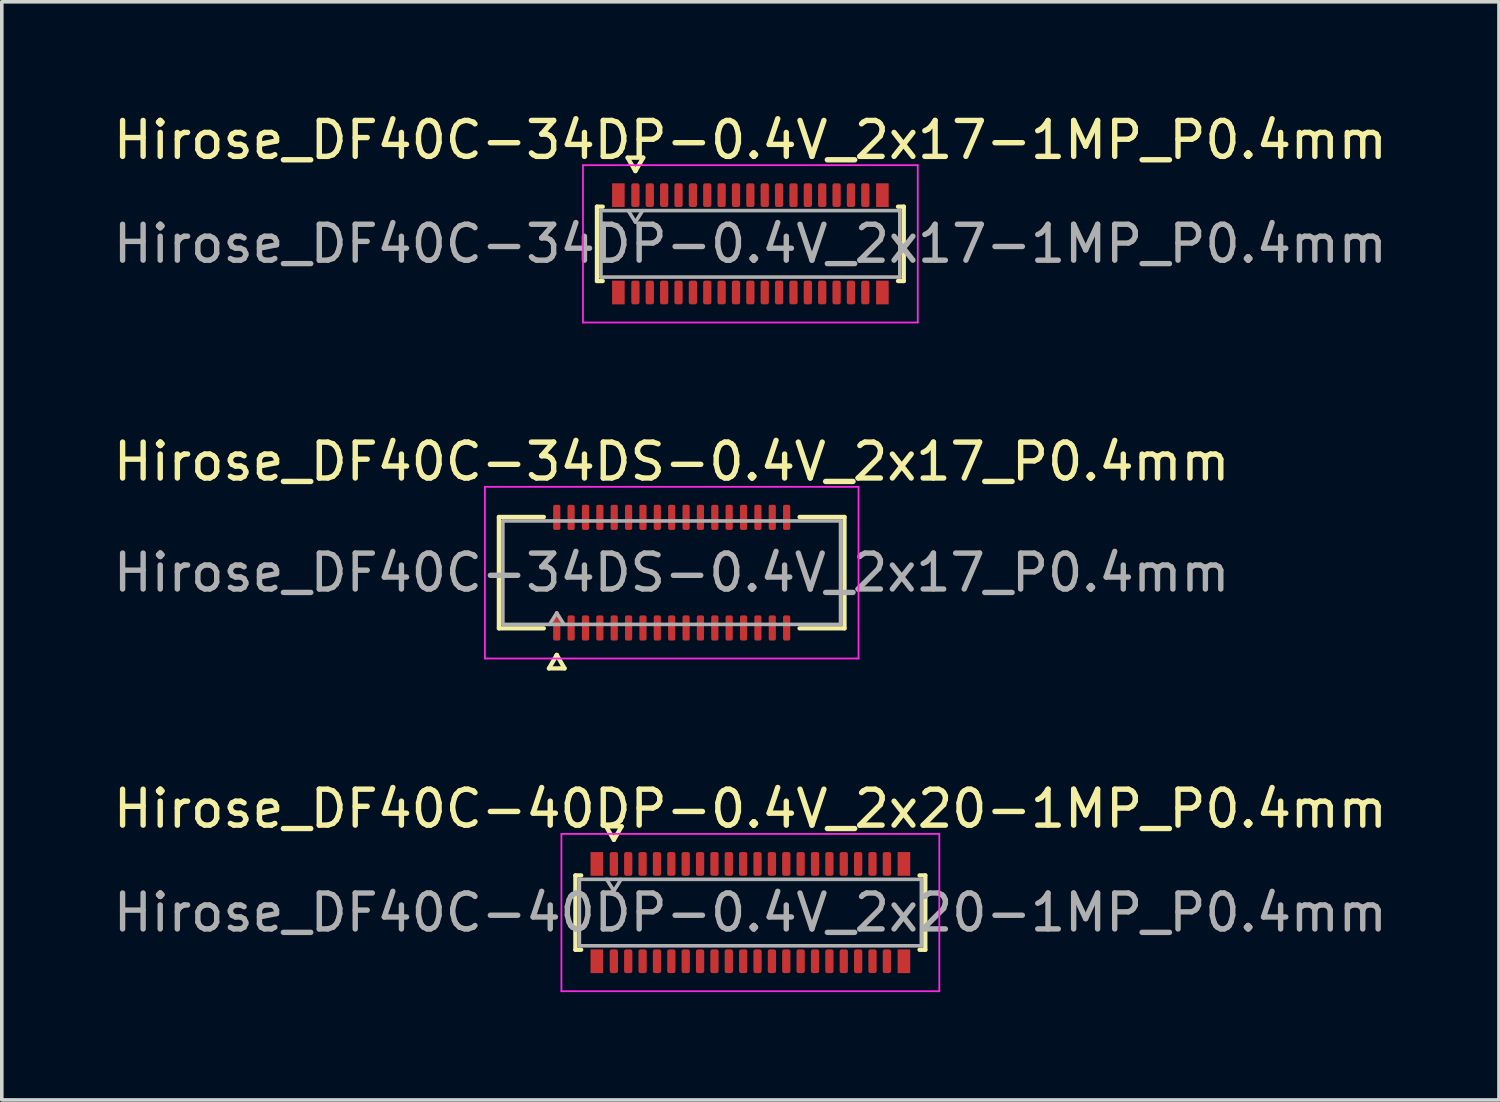
<source format=kicad_pcb>
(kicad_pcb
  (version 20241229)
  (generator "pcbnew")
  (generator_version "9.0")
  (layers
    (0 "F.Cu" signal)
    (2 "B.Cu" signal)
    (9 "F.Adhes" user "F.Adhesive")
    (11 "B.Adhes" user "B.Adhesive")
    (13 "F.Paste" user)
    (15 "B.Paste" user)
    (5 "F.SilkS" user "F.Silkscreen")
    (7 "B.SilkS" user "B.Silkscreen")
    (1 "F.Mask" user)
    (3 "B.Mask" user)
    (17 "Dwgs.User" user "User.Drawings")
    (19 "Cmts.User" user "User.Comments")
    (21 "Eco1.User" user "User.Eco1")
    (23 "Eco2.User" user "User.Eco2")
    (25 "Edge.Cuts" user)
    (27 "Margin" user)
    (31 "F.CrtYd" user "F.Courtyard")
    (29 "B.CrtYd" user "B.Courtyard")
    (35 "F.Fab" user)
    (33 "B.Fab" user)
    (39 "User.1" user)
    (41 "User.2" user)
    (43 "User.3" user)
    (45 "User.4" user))
  (footprint "Hirose_DF40C-40DP-0.4V_2x20-1MP_P0.4mm"
    (layer "F.Cu")
    (at 17.839 22.355)
    (property "Reference" "Hirose_DF40C-40DP-0.4V_2x20-1MP_P0.4mm" (at 0 -2.89 0) (layer "F.SilkS") (effects (font (size 1 1) (thickness 0.15))))
    (attr smd)
    (fp_line (start -4.87 -1.035) (end -4.71 -1.035) (stroke (width 0.12) (type solid)) (layer "F.SilkS"))
    (fp_line (start -4.87 1.035) (end -4.87 -1.035) (stroke (width 0.12) (type solid)) (layer "F.SilkS"))
    (fp_line (start -4.71 1.035) (end -4.87 1.035) (stroke (width 0.12) (type solid)) (layer "F.SilkS"))
    (fp_line (start -4.017 -2.4) (end -3.8 -2.025) (stroke (width 0.12) (type solid)) (layer "F.SilkS"))
    (fp_line (start -3.8 -2.025) (end -3.583 -2.4) (stroke (width 0.12) (type solid)) (layer "F.SilkS"))
    (fp_line (start -3.583 -2.4) (end -4.017 -2.4) (stroke (width 0.12) (type solid)) (layer "F.SilkS"))
    (fp_line (start 4.71 -1.035) (end 4.87 -1.035) (stroke (width 0.12) (type solid)) (layer "F.SilkS"))
    (fp_line (start 4.87 -1.035) (end 4.87 1.035) (stroke (width 0.12) (type solid)) (layer "F.SilkS"))
    (fp_line (start 4.87 1.035) (end 4.71 1.035) (stroke (width 0.12) (type solid)) (layer "F.SilkS"))
    (fp_line (start -5.26 -2.19) (end -5.26 2.19) (stroke (width 0.05) (type solid)) (layer "F.CrtYd"))
    (fp_line (start -5.26 2.19) (end 5.26 2.19) (stroke (width 0.05) (type solid)) (layer "F.CrtYd"))
    (fp_line (start 5.26 -2.19) (end -5.26 -2.19) (stroke (width 0.05) (type solid)) (layer "F.CrtYd"))
    (fp_line (start 5.26 2.19) (end 5.26 -2.19) (stroke (width 0.05) (type solid)) (layer "F.CrtYd"))
    (fp_line (start -4.76 -0.925) (end 4.76 -0.925) (stroke (width 0.1) (type solid)) (layer "F.Fab"))
    (fp_line (start -4.76 0.925) (end -4.76 -0.925) (stroke (width 0.1) (type solid)) (layer "F.Fab"))
    (fp_line (start -4 -0.925) (end -3.8 -0.605) (stroke (width 0.1) (type solid)) (layer "F.Fab"))
    (fp_line (start -3.8 -0.605) (end -3.6 -0.925) (stroke (width 0.1) (type solid)) (layer "F.Fab"))
    (fp_line (start 4.76 -0.925) (end 4.76 0.925) (stroke (width 0.1) (type solid)) (layer "F.Fab"))
    (fp_line (start 4.76 0.925) (end -4.76 0.925) (stroke (width 0.1) (type solid)) (layer "F.Fab"))
    (fp_text user "${REFERENCE}" (at 0 0 0) (layer "F.Fab") (effects (font (size 1 1) (thickness 0.15))))
    (pad "1" smd roundrect (at -3.8 -1.355) (size 0.23 0.66) (layers "F.Cu" "F.Mask" "F.Paste") (roundrect_rratio 0.25))
    (pad "2" smd roundrect (at -3.8 1.355) (size 0.23 0.66) (layers "F.Cu" "F.Mask" "F.Paste") (roundrect_rratio 0.25))
    (pad "3" smd roundrect (at -3.4 -1.355) (size 0.23 0.66) (layers "F.Cu" "F.Mask" "F.Paste") (roundrect_rratio 0.25))
    (pad "4" smd roundrect (at -3.4 1.355) (size 0.23 0.66) (layers "F.Cu" "F.Mask" "F.Paste") (roundrect_rratio 0.25))
    (pad "5" smd roundrect (at -3 -1.355) (size 0.23 0.66) (layers "F.Cu" "F.Mask" "F.Paste") (roundrect_rratio 0.25))
    (pad "6" smd roundrect (at -3 1.355) (size 0.23 0.66) (layers "F.Cu" "F.Mask" "F.Paste") (roundrect_rratio 0.25))
    (pad "7" smd roundrect (at -2.6 -1.355) (size 0.23 0.66) (layers "F.Cu" "F.Mask" "F.Paste") (roundrect_rratio 0.25))
    (pad "8" smd roundrect (at -2.6 1.355) (size 0.23 0.66) (layers "F.Cu" "F.Mask" "F.Paste") (roundrect_rratio 0.25))
    (pad "9" smd roundrect (at -2.2 -1.355) (size 0.23 0.66) (layers "F.Cu" "F.Mask" "F.Paste") (roundrect_rratio 0.25))
    (pad "10" smd roundrect (at -2.2 1.355) (size 0.23 0.66) (layers "F.Cu" "F.Mask" "F.Paste") (roundrect_rratio 0.25))
    (pad "11" smd roundrect (at -1.8 -1.355) (size 0.23 0.66) (layers "F.Cu" "F.Mask" "F.Paste") (roundrect_rratio 0.25))
    (pad "12" smd roundrect (at -1.8 1.355) (size 0.23 0.66) (layers "F.Cu" "F.Mask" "F.Paste") (roundrect_rratio 0.25))
    (pad "13" smd roundrect (at -1.4 -1.355) (size 0.23 0.66) (layers "F.Cu" "F.Mask" "F.Paste") (roundrect_rratio 0.25))
    (pad "14" smd roundrect (at -1.4 1.355) (size 0.23 0.66) (layers "F.Cu" "F.Mask" "F.Paste") (roundrect_rratio 0.25))
    (pad "15" smd roundrect (at -1 -1.355) (size 0.23 0.66) (layers "F.Cu" "F.Mask" "F.Paste") (roundrect_rratio 0.25))
    (pad "16" smd roundrect (at -1 1.355) (size 0.23 0.66) (layers "F.Cu" "F.Mask" "F.Paste") (roundrect_rratio 0.25))
    (pad "17" smd roundrect (at -0.6 -1.355) (size 0.23 0.66) (layers "F.Cu" "F.Mask" "F.Paste") (roundrect_rratio 0.25))
    (pad "18" smd roundrect (at -0.6 1.355) (size 0.23 0.66) (layers "F.Cu" "F.Mask" "F.Paste") (roundrect_rratio 0.25))
    (pad "19" smd roundrect (at -0.2 -1.355) (size 0.23 0.66) (layers "F.Cu" "F.Mask" "F.Paste") (roundrect_rratio 0.25))
    (pad "20" smd roundrect (at -0.2 1.355) (size 0.23 0.66) (layers "F.Cu" "F.Mask" "F.Paste") (roundrect_rratio 0.25))
    (pad "21" smd roundrect (at 0.2 -1.355) (size 0.23 0.66) (layers "F.Cu" "F.Mask" "F.Paste") (roundrect_rratio 0.25))
    (pad "22" smd roundrect (at 0.2 1.355) (size 0.23 0.66) (layers "F.Cu" "F.Mask" "F.Paste") (roundrect_rratio 0.25))
    (pad "23" smd roundrect (at 0.6 -1.355) (size 0.23 0.66) (layers "F.Cu" "F.Mask" "F.Paste") (roundrect_rratio 0.25))
    (pad "24" smd roundrect (at 0.6 1.355) (size 0.23 0.66) (layers "F.Cu" "F.Mask" "F.Paste") (roundrect_rratio 0.25))
    (pad "25" smd roundrect (at 1 -1.355) (size 0.23 0.66) (layers "F.Cu" "F.Mask" "F.Paste") (roundrect_rratio 0.25))
    (pad "26" smd roundrect (at 1 1.355) (size 0.23 0.66) (layers "F.Cu" "F.Mask" "F.Paste") (roundrect_rratio 0.25))
    (pad "27" smd roundrect (at 1.4 -1.355) (size 0.23 0.66) (layers "F.Cu" "F.Mask" "F.Paste") (roundrect_rratio 0.25))
    (pad "28" smd roundrect (at 1.4 1.355) (size 0.23 0.66) (layers "F.Cu" "F.Mask" "F.Paste") (roundrect_rratio 0.25))
    (pad "29" smd roundrect (at 1.8 -1.355) (size 0.23 0.66) (layers "F.Cu" "F.Mask" "F.Paste") (roundrect_rratio 0.25))
    (pad "30" smd roundrect (at 1.8 1.355) (size 0.23 0.66) (layers "F.Cu" "F.Mask" "F.Paste") (roundrect_rratio 0.25))
    (pad "31" smd roundrect (at 2.2 -1.355) (size 0.23 0.66) (layers "F.Cu" "F.Mask" "F.Paste") (roundrect_rratio 0.25))
    (pad "32" smd roundrect (at 2.2 1.355) (size 0.23 0.66) (layers "F.Cu" "F.Mask" "F.Paste") (roundrect_rratio 0.25))
    (pad "33" smd roundrect (at 2.6 -1.355) (size 0.23 0.66) (layers "F.Cu" "F.Mask" "F.Paste") (roundrect_rratio 0.25))
    (pad "34" smd roundrect (at 2.6 1.355) (size 0.23 0.66) (layers "F.Cu" "F.Mask" "F.Paste") (roundrect_rratio 0.25))
    (pad "35" smd roundrect (at 3 -1.355) (size 0.23 0.66) (layers "F.Cu" "F.Mask" "F.Paste") (roundrect_rratio 0.25))
    (pad "36" smd roundrect (at 3 1.355) (size 0.23 0.66) (layers "F.Cu" "F.Mask" "F.Paste") (roundrect_rratio 0.25))
    (pad "37" smd roundrect (at 3.4 -1.355) (size 0.23 0.66) (layers "F.Cu" "F.Mask" "F.Paste") (roundrect_rratio 0.25))
    (pad "38" smd roundrect (at 3.4 1.355) (size 0.23 0.66) (layers "F.Cu" "F.Mask" "F.Paste") (roundrect_rratio 0.25))
    (pad "39" smd roundrect (at 3.8 -1.355) (size 0.23 0.66) (layers "F.Cu" "F.Mask" "F.Paste") (roundrect_rratio 0.25))
    (pad "40" smd roundrect (at 3.8 1.355) (size 0.23 0.66) (layers "F.Cu" "F.Mask" "F.Paste") (roundrect_rratio 0.25))
    (pad "MP" smd rect (at -4.275 -1.355) (size 0.35 0.66) (layers "F.Cu" "F.Mask" "F.Paste"))
    (pad "MP" smd rect (at -4.275 1.355) (size 0.35 0.66) (layers "F.Cu" "F.Mask" "F.Paste"))
    (pad "MP" smd rect (at 4.275 -1.355) (size 0.35 0.66) (layers "F.Cu" "F.Mask" "F.Paste"))
    (pad "MP" smd rect (at 4.275 1.355) (size 0.35 0.66) (layers "F.Cu" "F.Mask" "F.Paste")))
  (footprint "Hirose_DF40C-34DP-0.4V_2x17-1MP_P0.4mm"
    (layer "F.Cu")
    (at 17.839 3.738)
    (property "Reference" "Hirose_DF40C-34DP-0.4V_2x17-1MP_P0.4mm" (at 0 -2.89 0) (layer "F.SilkS") (effects (font (size 1 1) (thickness 0.15))))
    (attr smd)
    (fp_line (start -4.27 -1.035) (end -4.11 -1.035) (stroke (width 0.12) (type solid)) (layer "F.SilkS"))
    (fp_line (start -4.27 1.035) (end -4.27 -1.035) (stroke (width 0.12) (type solid)) (layer "F.SilkS"))
    (fp_line (start -4.11 1.035) (end -4.27 1.035) (stroke (width 0.12) (type solid)) (layer "F.SilkS"))
    (fp_line (start -3.417 -2.4) (end -3.2 -2.025) (stroke (width 0.12) (type solid)) (layer "F.SilkS"))
    (fp_line (start -3.2 -2.025) (end -2.983 -2.4) (stroke (width 0.12) (type solid)) (layer "F.SilkS"))
    (fp_line (start -2.983 -2.4) (end -3.417 -2.4) (stroke (width 0.12) (type solid)) (layer "F.SilkS"))
    (fp_line (start 4.11 -1.035) (end 4.27 -1.035) (stroke (width 0.12) (type solid)) (layer "F.SilkS"))
    (fp_line (start 4.27 -1.035) (end 4.27 1.035) (stroke (width 0.12) (type solid)) (layer "F.SilkS"))
    (fp_line (start 4.27 1.035) (end 4.11 1.035) (stroke (width 0.12) (type solid)) (layer "F.SilkS"))
    (fp_line (start -4.66 -2.19) (end -4.66 2.19) (stroke (width 0.05) (type solid)) (layer "F.CrtYd"))
    (fp_line (start -4.66 2.19) (end 4.66 2.19) (stroke (width 0.05) (type solid)) (layer "F.CrtYd"))
    (fp_line (start 4.66 -2.19) (end -4.66 -2.19) (stroke (width 0.05) (type solid)) (layer "F.CrtYd"))
    (fp_line (start 4.66 2.19) (end 4.66 -2.19) (stroke (width 0.05) (type solid)) (layer "F.CrtYd"))
    (fp_line (start -4.16 -0.925) (end 4.16 -0.925) (stroke (width 0.1) (type solid)) (layer "F.Fab"))
    (fp_line (start -4.16 0.925) (end -4.16 -0.925) (stroke (width 0.1) (type solid)) (layer "F.Fab"))
    (fp_line (start -3.4 -0.925) (end -3.2 -0.605) (stroke (width 0.1) (type solid)) (layer "F.Fab"))
    (fp_line (start -3.2 -0.605) (end -3 -0.925) (stroke (width 0.1) (type solid)) (layer "F.Fab"))
    (fp_line (start 4.16 -0.925) (end 4.16 0.925) (stroke (width 0.1) (type solid)) (layer "F.Fab"))
    (fp_line (start 4.16 0.925) (end -4.16 0.925) (stroke (width 0.1) (type solid)) (layer "F.Fab"))
    (fp_text user "${REFERENCE}" (at 0 0 0) (layer "F.Fab") (effects (font (size 1 1) (thickness 0.15))))
    (pad "1" smd roundrect (at -3.2 -1.355) (size 0.23 0.66) (layers "F.Cu" "F.Mask" "F.Paste") (roundrect_rratio 0.25))
    (pad "2" smd roundrect (at -3.2 1.355) (size 0.23 0.66) (layers "F.Cu" "F.Mask" "F.Paste") (roundrect_rratio 0.25))
    (pad "3" smd roundrect (at -2.8 -1.355) (size 0.23 0.66) (layers "F.Cu" "F.Mask" "F.Paste") (roundrect_rratio 0.25))
    (pad "4" smd roundrect (at -2.8 1.355) (size 0.23 0.66) (layers "F.Cu" "F.Mask" "F.Paste") (roundrect_rratio 0.25))
    (pad "5" smd roundrect (at -2.4 -1.355) (size 0.23 0.66) (layers "F.Cu" "F.Mask" "F.Paste") (roundrect_rratio 0.25))
    (pad "6" smd roundrect (at -2.4 1.355) (size 0.23 0.66) (layers "F.Cu" "F.Mask" "F.Paste") (roundrect_rratio 0.25))
    (pad "7" smd roundrect (at -2 -1.355) (size 0.23 0.66) (layers "F.Cu" "F.Mask" "F.Paste") (roundrect_rratio 0.25))
    (pad "8" smd roundrect (at -2 1.355) (size 0.23 0.66) (layers "F.Cu" "F.Mask" "F.Paste") (roundrect_rratio 0.25))
    (pad "9" smd roundrect (at -1.6 -1.355) (size 0.23 0.66) (layers "F.Cu" "F.Mask" "F.Paste") (roundrect_rratio 0.25))
    (pad "10" smd roundrect (at -1.6 1.355) (size 0.23 0.66) (layers "F.Cu" "F.Mask" "F.Paste") (roundrect_rratio 0.25))
    (pad "11" smd roundrect (at -1.2 -1.355) (size 0.23 0.66) (layers "F.Cu" "F.Mask" "F.Paste") (roundrect_rratio 0.25))
    (pad "12" smd roundrect (at -1.2 1.355) (size 0.23 0.66) (layers "F.Cu" "F.Mask" "F.Paste") (roundrect_rratio 0.25))
    (pad "13" smd roundrect (at -0.8 -1.355) (size 0.23 0.66) (layers "F.Cu" "F.Mask" "F.Paste") (roundrect_rratio 0.25))
    (pad "14" smd roundrect (at -0.8 1.355) (size 0.23 0.66) (layers "F.Cu" "F.Mask" "F.Paste") (roundrect_rratio 0.25))
    (pad "15" smd roundrect (at -0.4 -1.355) (size 0.23 0.66) (layers "F.Cu" "F.Mask" "F.Paste") (roundrect_rratio 0.25))
    (pad "16" smd roundrect (at -0.4 1.355) (size 0.23 0.66) (layers "F.Cu" "F.Mask" "F.Paste") (roundrect_rratio 0.25))
    (pad "17" smd roundrect (at 0 -1.355) (size 0.23 0.66) (layers "F.Cu" "F.Mask" "F.Paste") (roundrect_rratio 0.25))
    (pad "18" smd roundrect (at 0 1.355) (size 0.23 0.66) (layers "F.Cu" "F.Mask" "F.Paste") (roundrect_rratio 0.25))
    (pad "19" smd roundrect (at 0.4 -1.355) (size 0.23 0.66) (layers "F.Cu" "F.Mask" "F.Paste") (roundrect_rratio 0.25))
    (pad "20" smd roundrect (at 0.4 1.355) (size 0.23 0.66) (layers "F.Cu" "F.Mask" "F.Paste") (roundrect_rratio 0.25))
    (pad "21" smd roundrect (at 0.8 -1.355) (size 0.23 0.66) (layers "F.Cu" "F.Mask" "F.Paste") (roundrect_rratio 0.25))
    (pad "22" smd roundrect (at 0.8 1.355) (size 0.23 0.66) (layers "F.Cu" "F.Mask" "F.Paste") (roundrect_rratio 0.25))
    (pad "23" smd roundrect (at 1.2 -1.355) (size 0.23 0.66) (layers "F.Cu" "F.Mask" "F.Paste") (roundrect_rratio 0.25))
    (pad "24" smd roundrect (at 1.2 1.355) (size 0.23 0.66) (layers "F.Cu" "F.Mask" "F.Paste") (roundrect_rratio 0.25))
    (pad "25" smd roundrect (at 1.6 -1.355) (size 0.23 0.66) (layers "F.Cu" "F.Mask" "F.Paste") (roundrect_rratio 0.25))
    (pad "26" smd roundrect (at 1.6 1.355) (size 0.23 0.66) (layers "F.Cu" "F.Mask" "F.Paste") (roundrect_rratio 0.25))
    (pad "27" smd roundrect (at 2 -1.355) (size 0.23 0.66) (layers "F.Cu" "F.Mask" "F.Paste") (roundrect_rratio 0.25))
    (pad "28" smd roundrect (at 2 1.355) (size 0.23 0.66) (layers "F.Cu" "F.Mask" "F.Paste") (roundrect_rratio 0.25))
    (pad "29" smd roundrect (at 2.4 -1.355) (size 0.23 0.66) (layers "F.Cu" "F.Mask" "F.Paste") (roundrect_rratio 0.25))
    (pad "30" smd roundrect (at 2.4 1.355) (size 0.23 0.66) (layers "F.Cu" "F.Mask" "F.Paste") (roundrect_rratio 0.25))
    (pad "31" smd roundrect (at 2.8 -1.355) (size 0.23 0.66) (layers "F.Cu" "F.Mask" "F.Paste") (roundrect_rratio 0.25))
    (pad "32" smd roundrect (at 2.8 1.355) (size 0.23 0.66) (layers "F.Cu" "F.Mask" "F.Paste") (roundrect_rratio 0.25))
    (pad "33" smd roundrect (at 3.2 -1.355) (size 0.23 0.66) (layers "F.Cu" "F.Mask" "F.Paste") (roundrect_rratio 0.25))
    (pad "34" smd roundrect (at 3.2 1.355) (size 0.23 0.66) (layers "F.Cu" "F.Mask" "F.Paste") (roundrect_rratio 0.25))
    (pad "MP" smd rect (at -3.675 -1.355) (size 0.35 0.66) (layers "F.Cu" "F.Mask" "F.Paste"))
    (pad "MP" smd rect (at -3.675 1.355) (size 0.35 0.66) (layers "F.Cu" "F.Mask" "F.Paste"))
    (pad "MP" smd rect (at 3.675 -1.355) (size 0.35 0.66) (layers "F.Cu" "F.Mask" "F.Paste"))
    (pad "MP" smd rect (at 3.675 1.355) (size 0.35 0.66) (layers "F.Cu" "F.Mask" "F.Paste")))
  (footprint "Hirose_DF40C-34DS-0.4V_2x17_P0.4mm"
    (layer "F.Cu")
    (at 15.649 12.892)
    (property "Reference" "Hirose_DF40C-34DS-0.4V_2x17_P0.4mm" (at 0 -3.09 0) (layer "F.SilkS") (effects (font (size 1 1) (thickness 0.15))))
    (attr smd)
    (fp_line (start -4.81 -1.55) (end -3.56 -1.55) (stroke (width 0.12) (type solid)) (layer "F.SilkS"))
    (fp_line (start -4.81 1.55) (end -4.81 -1.55) (stroke (width 0.12) (type solid)) (layer "F.SilkS"))
    (fp_line (start -3.56 1.55) (end -4.81 1.55) (stroke (width 0.12) (type solid)) (layer "F.SilkS"))
    (fp_line (start -3.417 2.665) (end -3.2 2.29) (stroke (width 0.12) (type solid)) (layer "F.SilkS"))
    (fp_line (start -3.2 2.29) (end -2.983 2.665) (stroke (width 0.12) (type solid)) (layer "F.SilkS"))
    (fp_line (start -2.983 2.665) (end -3.417 2.665) (stroke (width 0.12) (type solid)) (layer "F.SilkS"))
    (fp_line (start 3.56 -1.55) (end 4.81 -1.55) (stroke (width 0.12) (type solid)) (layer "F.SilkS"))
    (fp_line (start 4.81 -1.55) (end 4.81 1.55) (stroke (width 0.12) (type solid)) (layer "F.SilkS"))
    (fp_line (start 4.81 1.55) (end 3.56 1.55) (stroke (width 0.12) (type solid)) (layer "F.SilkS"))
    (fp_line (start -5.2 -2.39) (end -5.2 2.39) (stroke (width 0.05) (type solid)) (layer "F.CrtYd"))
    (fp_line (start -5.2 2.39) (end 5.2 2.39) (stroke (width 0.05) (type solid)) (layer "F.CrtYd"))
    (fp_line (start 5.2 -2.39) (end -5.2 -2.39) (stroke (width 0.05) (type solid)) (layer "F.CrtYd"))
    (fp_line (start 5.2 2.39) (end 5.2 -2.39) (stroke (width 0.05) (type solid)) (layer "F.CrtYd"))
    (fp_line (start -4.7 -1.44) (end 4.7 -1.44) (stroke (width 0.1) (type solid)) (layer "F.Fab"))
    (fp_line (start -4.7 1.44) (end -4.7 -1.44) (stroke (width 0.1) (type solid)) (layer "F.Fab"))
    (fp_line (start -3.4 1.44) (end -3.2 1.12) (stroke (width 0.1) (type solid)) (layer "F.Fab"))
    (fp_line (start -3.2 1.12) (end -3 1.44) (stroke (width 0.1) (type solid)) (layer "F.Fab"))
    (fp_line (start 4.7 -1.44) (end 4.7 1.44) (stroke (width 0.1) (type solid)) (layer "F.Fab"))
    (fp_line (start 4.7 1.44) (end -4.7 1.44) (stroke (width 0.1) (type solid)) (layer "F.Fab"))
    (fp_text user "${REFERENCE}" (at 0 0 0) (layer "F.Fab") (effects (font (size 1 1) (thickness 0.15))))
    (pad "1" smd roundrect (at -3.2 1.54) (size 0.2 0.7) (layers "F.Cu" "F.Mask" "F.Paste") (roundrect_rratio 0.25))
    (pad "2" smd roundrect (at -3.2 -1.54) (size 0.2 0.7) (layers "F.Cu" "F.Mask" "F.Paste") (roundrect_rratio 0.25))
    (pad "3" smd roundrect (at -2.8 1.54) (size 0.2 0.7) (layers "F.Cu" "F.Mask" "F.Paste") (roundrect_rratio 0.25))
    (pad "4" smd roundrect (at -2.8 -1.54) (size 0.2 0.7) (layers "F.Cu" "F.Mask" "F.Paste") (roundrect_rratio 0.25))
    (pad "5" smd roundrect (at -2.4 1.54) (size 0.2 0.7) (layers "F.Cu" "F.Mask" "F.Paste") (roundrect_rratio 0.25))
    (pad "6" smd roundrect (at -2.4 -1.54) (size 0.2 0.7) (layers "F.Cu" "F.Mask" "F.Paste") (roundrect_rratio 0.25))
    (pad "7" smd roundrect (at -2 1.54) (size 0.2 0.7) (layers "F.Cu" "F.Mask" "F.Paste") (roundrect_rratio 0.25))
    (pad "8" smd roundrect (at -2 -1.54) (size 0.2 0.7) (layers "F.Cu" "F.Mask" "F.Paste") (roundrect_rratio 0.25))
    (pad "9" smd roundrect (at -1.6 1.54) (size 0.2 0.7) (layers "F.Cu" "F.Mask" "F.Paste") (roundrect_rratio 0.25))
    (pad "10" smd roundrect (at -1.6 -1.54) (size 0.2 0.7) (layers "F.Cu" "F.Mask" "F.Paste") (roundrect_rratio 0.25))
    (pad "11" smd roundrect (at -1.2 1.54) (size 0.2 0.7) (layers "F.Cu" "F.Mask" "F.Paste") (roundrect_rratio 0.25))
    (pad "12" smd roundrect (at -1.2 -1.54) (size 0.2 0.7) (layers "F.Cu" "F.Mask" "F.Paste") (roundrect_rratio 0.25))
    (pad "13" smd roundrect (at -0.8 1.54) (size 0.2 0.7) (layers "F.Cu" "F.Mask" "F.Paste") (roundrect_rratio 0.25))
    (pad "14" smd roundrect (at -0.8 -1.54) (size 0.2 0.7) (layers "F.Cu" "F.Mask" "F.Paste") (roundrect_rratio 0.25))
    (pad "15" smd roundrect (at -0.4 1.54) (size 0.2 0.7) (layers "F.Cu" "F.Mask" "F.Paste") (roundrect_rratio 0.25))
    (pad "16" smd roundrect (at -0.4 -1.54) (size 0.2 0.7) (layers "F.Cu" "F.Mask" "F.Paste") (roundrect_rratio 0.25))
    (pad "17" smd roundrect (at 0 1.54) (size 0.2 0.7) (layers "F.Cu" "F.Mask" "F.Paste") (roundrect_rratio 0.25))
    (pad "18" smd roundrect (at 0 -1.54) (size 0.2 0.7) (layers "F.Cu" "F.Mask" "F.Paste") (roundrect_rratio 0.25))
    (pad "19" smd roundrect (at 0.4 1.54) (size 0.2 0.7) (layers "F.Cu" "F.Mask" "F.Paste") (roundrect_rratio 0.25))
    (pad "20" smd roundrect (at 0.4 -1.54) (size 0.2 0.7) (layers "F.Cu" "F.Mask" "F.Paste") (roundrect_rratio 0.25))
    (pad "21" smd roundrect (at 0.8 1.54) (size 0.2 0.7) (layers "F.Cu" "F.Mask" "F.Paste") (roundrect_rratio 0.25))
    (pad "22" smd roundrect (at 0.8 -1.54) (size 0.2 0.7) (layers "F.Cu" "F.Mask" "F.Paste") (roundrect_rratio 0.25))
    (pad "23" smd roundrect (at 1.2 1.54) (size 0.2 0.7) (layers "F.Cu" "F.Mask" "F.Paste") (roundrect_rratio 0.25))
    (pad "24" smd roundrect (at 1.2 -1.54) (size 0.2 0.7) (layers "F.Cu" "F.Mask" "F.Paste") (roundrect_rratio 0.25))
    (pad "25" smd roundrect (at 1.6 1.54) (size 0.2 0.7) (layers "F.Cu" "F.Mask" "F.Paste") (roundrect_rratio 0.25))
    (pad "26" smd roundrect (at 1.6 -1.54) (size 0.2 0.7) (layers "F.Cu" "F.Mask" "F.Paste") (roundrect_rratio 0.25))
    (pad "27" smd roundrect (at 2 1.54) (size 0.2 0.7) (layers "F.Cu" "F.Mask" "F.Paste") (roundrect_rratio 0.25))
    (pad "28" smd roundrect (at 2 -1.54) (size 0.2 0.7) (layers "F.Cu" "F.Mask" "F.Paste") (roundrect_rratio 0.25))
    (pad "29" smd roundrect (at 2.4 1.54) (size 0.2 0.7) (layers "F.Cu" "F.Mask" "F.Paste") (roundrect_rratio 0.25))
    (pad "30" smd roundrect (at 2.4 -1.54) (size 0.2 0.7) (layers "F.Cu" "F.Mask" "F.Paste") (roundrect_rratio 0.25))
    (pad "31" smd roundrect (at 2.8 1.54) (size 0.2 0.7) (layers "F.Cu" "F.Mask" "F.Paste") (roundrect_rratio 0.25))
    (pad "32" smd roundrect (at 2.8 -1.54) (size 0.2 0.7) (layers "F.Cu" "F.Mask" "F.Paste") (roundrect_rratio 0.25))
    (pad "33" smd roundrect (at 3.2 1.54) (size 0.2 0.7) (layers "F.Cu" "F.Mask" "F.Paste") (roundrect_rratio 0.25))
    (pad "34" smd roundrect (at 3.2 -1.54) (size 0.2 0.7) (layers "F.Cu" "F.Mask" "F.Paste") (roundrect_rratio 0.25)))
  (gr_rect
    (start -3 -3)
    (end 38.679 27.57)
    (stroke (width 0.1) (type default))
    (fill no)
    (layer "Edge.Cuts")))
</source>
